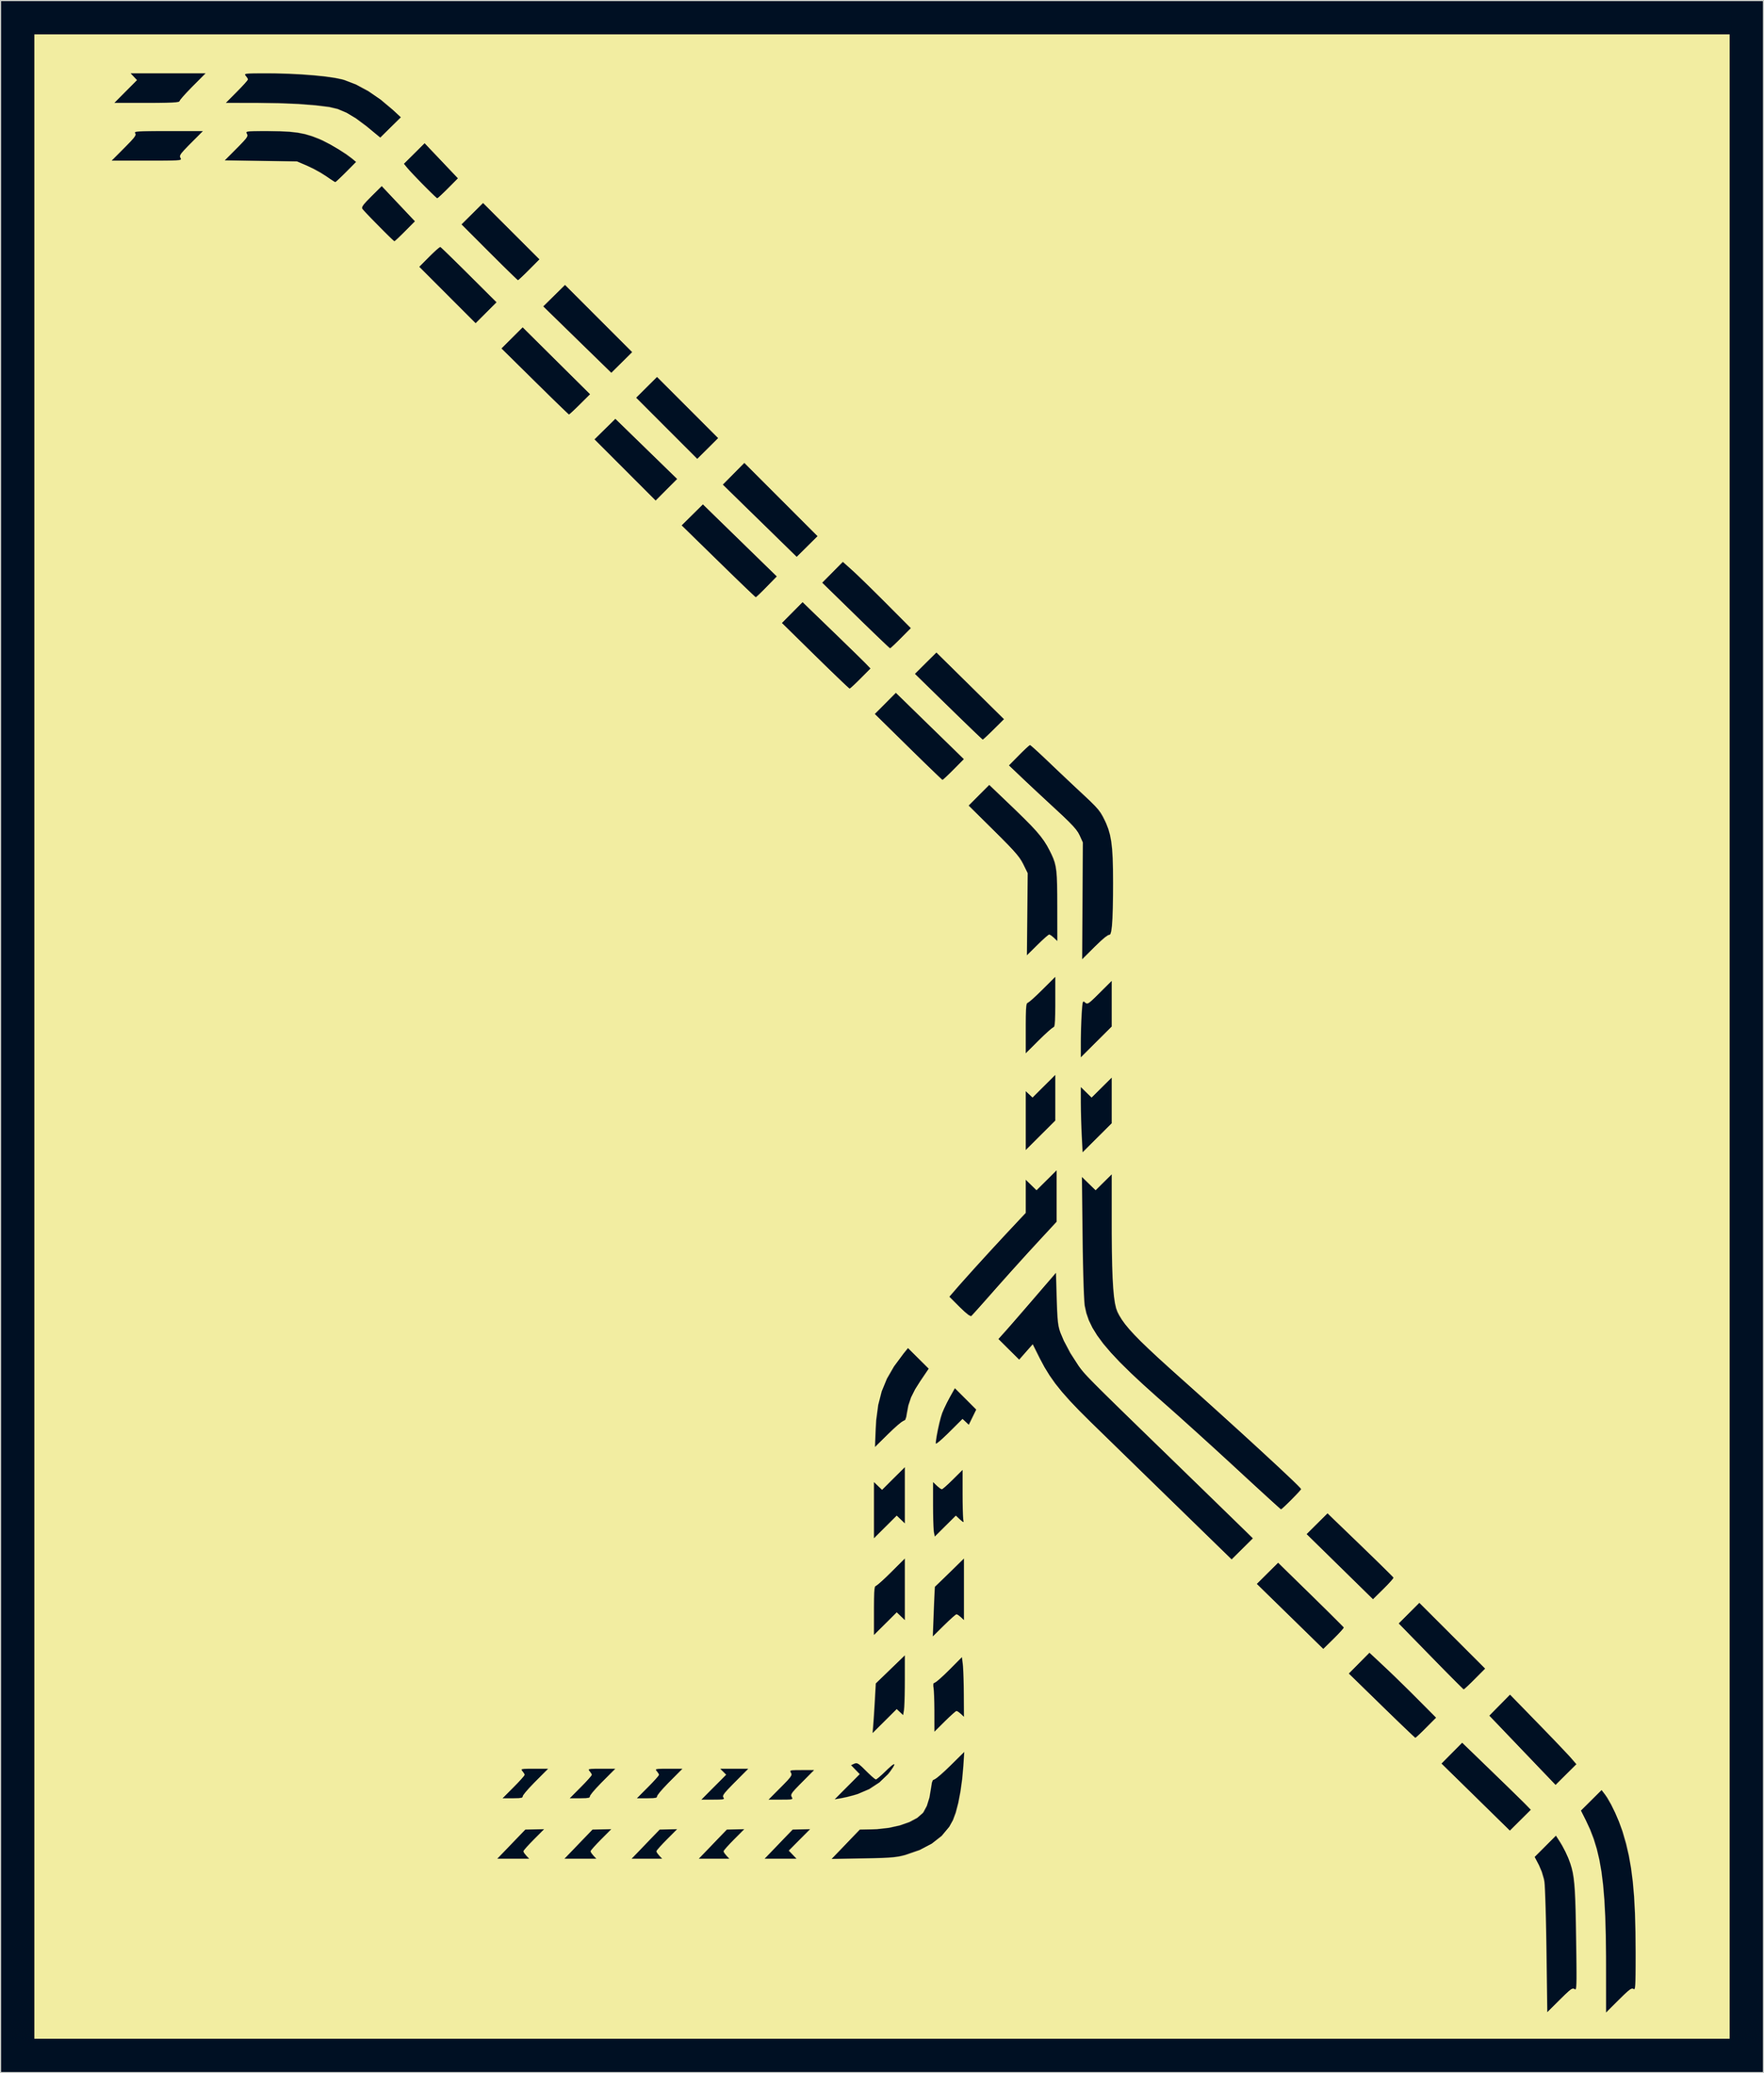
<source format=kicad_pcb>
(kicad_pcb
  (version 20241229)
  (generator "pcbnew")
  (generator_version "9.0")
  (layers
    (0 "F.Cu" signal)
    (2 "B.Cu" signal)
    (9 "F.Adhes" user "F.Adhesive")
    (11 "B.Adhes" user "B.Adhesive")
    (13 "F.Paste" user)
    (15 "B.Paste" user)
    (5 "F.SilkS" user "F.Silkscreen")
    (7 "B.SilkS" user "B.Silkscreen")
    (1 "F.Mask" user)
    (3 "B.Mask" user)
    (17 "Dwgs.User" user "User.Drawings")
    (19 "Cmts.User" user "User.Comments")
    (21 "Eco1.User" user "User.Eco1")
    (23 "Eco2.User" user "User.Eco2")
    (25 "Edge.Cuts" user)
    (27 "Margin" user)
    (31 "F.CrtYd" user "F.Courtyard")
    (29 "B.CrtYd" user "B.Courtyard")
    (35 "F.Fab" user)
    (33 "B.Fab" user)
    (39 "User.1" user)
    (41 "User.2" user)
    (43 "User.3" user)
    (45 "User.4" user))
  (footprint "Untitled"
    (layer "F.Cu")
    (at 75.246 88.96)
    (property "Reference" "Untitled" (at 0 0 0) (layer "F.SilkS") (effects (font (size 1.5 1.5) (thickness 0.3))))
    (attr board_only exclude_from_pos_files exclude_from_bom)
    (fp_poly (pts (xy 75.246 0) (xy 75.246 88.96) (xy 0 88.96) (xy -75.246 88.96) (xy -75.246 72.998) (xy -4.472 72.998) (xy -1.669 72.951) (xy -0.732 72.932) (xy 0.008 72.91) (xy 0.588 72.882) (xy 1.048 72.843) (xy 1.201 72.822) (xy 57.936 72.822) (xy 58.315 73.544) (xy 58.57 74.139) (xy 58.758 74.779) (xy 58.804 75.024) (xy 58.828 75.301) (xy 58.854 75.789) (xy 58.881 76.457) (xy 58.907 77.28) (xy 58.932 78.227) (xy 58.955 79.271) (xy 58.975 80.384) (xy 58.987 81.191) (xy 59.059 86.599) (xy 60.169 85.493) (xy 60.627 85.043) (xy 60.95 84.743) (xy 61.169 84.569) (xy 61.318 84.502) (xy 61.425 84.516) (xy 61.482 84.555) (xy 61.533 84.585) (xy 61.574 84.57) (xy 61.605 84.487) (xy 61.628 84.316) (xy 61.643 84.037) (xy 61.651 83.627) (xy 61.651 83.068) (xy 61.646 82.337) (xy 61.635 81.413) (xy 61.619 80.276) (xy 61.615 80.014) (xy 61.593 78.683) (xy 61.569 77.563) (xy 61.54 76.628) (xy 61.502 75.852) (xy 61.454 75.208) (xy 61.393 74.669) (xy 61.317 74.209) (xy 61.221 73.801) (xy 61.105 73.418) (xy 60.964 73.035) (xy 60.9 72.873) (xy 60.668 72.362) (xy 60.387 71.828) (xy 60.218 71.545) (xy 59.825 70.933) (xy 58.881 71.877) (xy 57.936 72.822) (xy 1.201 72.822) (xy 1.429 72.791) (xy 1.77 72.722) (xy 2.063 72.647) (xy 3.341 72.205) (xy 4.419 71.64) (xy 5.296 70.953) (xy 5.969 70.145) (xy 6.297 69.553) (xy 6.547 68.881) (xy 6.773 68.016) (xy 6.967 67.005) (xy 7.12 65.894) (xy 7.221 64.752) (xy 7.235 64.533) (xy 49.667 64.533) (xy 52.702 67.508) (xy 55.736 70.484) (xy 56.665 69.56) (xy 57.525 68.705) (xy 62.046 68.705) (xy 62.483 69.576) (xy 62.856 70.379) (xy 63.178 71.213) (xy 63.451 72.099) (xy 63.679 73.061) (xy 63.865 74.119) (xy 64.012 75.296) (xy 64.123 76.614) (xy 64.201 78.095) (xy 64.25 79.762) (xy 64.271 81.635) (xy 64.273 82.399) (xy 64.275 86.63) (xy 65.401 85.508) (xy 65.866 85.051) (xy 66.197 84.746) (xy 66.423 84.57) (xy 66.575 84.502) (xy 66.681 84.519) (xy 66.713 84.542) (xy 66.767 84.568) (xy 66.81 84.531) (xy 66.842 84.405) (xy 66.866 84.168) (xy 66.882 83.795) (xy 66.892 83.261) (xy 66.897 82.544) (xy 66.899 81.618) (xy 66.899 81.335) (xy 66.884 79.47) (xy 66.84 77.814) (xy 66.762 76.337) (xy 66.647 75.01) (xy 66.492 73.806) (xy 66.295 72.694) (xy 66.051 71.647) (xy 65.757 70.635) (xy 65.704 70.47) (xy 65.421 69.692) (xy 65.084 68.903) (xy 64.724 68.17) (xy 64.374 67.561) (xy 64.18 67.279) (xy 63.878 66.884) (xy 62.962 67.794) (xy 62.046 68.705) (xy 57.525 68.705) (xy 57.595 68.635) (xy 57.149 68.174) (xy 56.95 67.974) (xy 56.605 67.634) (xy 56.141 67.179) (xy 55.583 66.634) (xy 54.956 66.025) (xy 54.288 65.378) (xy 54.102 65.197) (xy 51.501 62.682) (xy 50.584 63.607) (xy 49.667 64.533) (xy 7.235 64.533) (xy 7.301 63.5) (xy 6.063 64.722) (xy 5.611 65.157) (xy 5.205 65.523) (xy 4.882 65.791) (xy 4.676 65.931) (xy 4.634 65.945) (xy 4.514 66.007) (xy 4.43 66.222) (xy 4.365 66.632) (xy 4.362 66.657) (xy 4.211 67.55) (xy 3.981 68.291) (xy 3.684 68.843) (xy 3.618 68.926) (xy 3.124 69.356) (xy 2.434 69.726) (xy 1.586 70.023) (xy 0.616 70.237) (xy -0.437 70.355) (xy -0.919 70.373) (xy -1.968 70.39) (xy -3.22 71.694) (xy -4.472 72.998) (xy -75.246 72.998) (xy -75.246 72.98) (xy -34.153 72.98) (xy -32.737 72.98) (xy -31.321 72.98) (xy -28.19 72.98) (xy -26.774 72.98) (xy -25.358 72.98) (xy -22.228 72.98) (xy -20.872 72.98) (xy -19.515 72.98) (xy -16.265 72.98) (xy -14.909 72.98) (xy -13.553 72.98) (xy -10.422 72.98) (xy -9.005 72.98) (xy -7.587 72.98) (xy -7.932 72.62) (xy -8.277 72.26) (xy -7.331 71.308) (xy -6.385 70.357) (xy -7.158 70.373) (xy -7.93 70.39) (xy -9.176 71.685) (xy -10.422 72.98) (xy -13.553 72.98) (xy -13.812 72.704) (xy -13.994 72.48) (xy -14.071 72.321) (xy -14.071 72.319) (xy -13.992 72.195) (xy -13.777 71.943) (xy -13.461 71.603) (xy -13.15 71.284) (xy -12.229 70.357) (xy -13.001 70.373) (xy -13.773 70.39) (xy -15.019 71.685) (xy -16.265 72.98) (xy -19.515 72.98) (xy -19.775 72.704) (xy -19.956 72.48) (xy -20.034 72.321) (xy -20.034 72.319) (xy -19.954 72.195) (xy -19.739 71.943) (xy -19.423 71.603) (xy -19.112 71.284) (xy -18.191 70.357) (xy -18.963 70.373) (xy -19.736 70.39) (xy -20.982 71.685) (xy -22.228 72.98) (xy -25.358 72.98) (xy -25.618 72.704) (xy -25.799 72.48) (xy -25.877 72.321) (xy -25.877 72.319) (xy -25.798 72.195) (xy -25.582 71.943) (xy -25.266 71.603) (xy -24.956 71.284) (xy -24.034 70.357) (xy -24.866 70.373) (xy -25.698 70.39) (xy -26.944 71.685) (xy -28.19 72.98) (xy -31.321 72.98) (xy -31.58 72.704) (xy -31.762 72.48) (xy -31.839 72.321) (xy -31.839 72.319) (xy -31.76 72.195) (xy -31.545 71.943) (xy -31.229 71.603) (xy -30.918 71.284) (xy -29.997 70.357) (xy -30.829 70.373) (xy -31.661 70.39) (xy -32.907 71.685) (xy -34.153 72.98) (xy -75.246 72.98) (xy -75.246 67.733) (xy -16.034 67.733) (xy -14.979 67.733) (xy -10.072 67.733) (xy -8.97 67.733) (xy -8.456 67.731) (xy -8.142 67.717) (xy -8.09 67.706) (xy -4.201 67.706) (xy -3.561 67.595) (xy -3.09 67.494) (xy -2.535 67.35) (xy -2.146 67.233) (xy -1.137 66.801) (xy -0.226 66.203) (xy 0.531 65.477) (xy 0.729 65.229) (xy 0.997 64.841) (xy 1.104 64.624) (xy 1.055 64.581) (xy 0.856 64.713) (xy 0.513 65.02) (xy 0.391 65.14) (xy 0.028 65.487) (xy -0.278 65.758) (xy -0.486 65.918) (xy -0.543 65.945) (xy -0.675 65.865) (xy -0.928 65.652) (xy -1.256 65.343) (xy -1.421 65.18) (xy -1.788 64.817) (xy -2.037 64.601) (xy -2.212 64.506) (xy -2.357 64.505) (xy -2.464 64.544) (xy -2.749 64.674) (xy -2.363 65.073) (xy -1.976 65.472) (xy -3.089 66.589) (xy -4.201 67.706) (xy -8.09 67.706) (xy -7.988 67.683) (xy -7.956 67.618) (xy -8.007 67.512) (xy -8.017 67.496) (xy -8.064 67.382) (xy -8.044 67.254) (xy -7.935 67.076) (xy -7.712 66.817) (xy -7.354 66.444) (xy -7.096 66.184) (xy -6.027 65.11) (xy -7.129 65.11) (xy -7.643 65.112) (xy -7.957 65.126) (xy -8.111 65.16) (xy -8.143 65.226) (xy -8.092 65.331) (xy -8.082 65.348) (xy -8.035 65.461) (xy -8.054 65.589) (xy -8.164 65.767) (xy -8.386 66.026) (xy -8.745 66.399) (xy -9.002 66.659) (xy -10.072 67.733) (xy -14.979 67.733) (xy -14.479 67.729) (xy -14.18 67.712) (xy -14.045 67.673) (xy -14.036 67.606) (xy -14.077 67.547) (xy -14.119 67.452) (xy -14.084 67.322) (xy -13.951 67.128) (xy -13.698 66.841) (xy -13.305 66.433) (xy -13.051 66.176) (xy -11.87 64.991) (xy -13.116 64.991) (xy -14.363 64.991) (xy -14.097 65.256) (xy -13.832 65.522) (xy -14.933 66.628) (xy -16.034 67.733) (xy -75.246 67.733) (xy -75.246 67.614) (xy -33.683 67.614) (xy -32.754 67.614) (xy -27.72 67.614) (xy -26.792 67.614) (xy -21.758 67.614) (xy -20.829 67.614) (xy -20.328 67.602) (xy -20.049 67.563) (xy -19.976 67.495) (xy -19.982 67.482) (xy -19.933 67.351) (xy -19.734 67.087) (xy -19.412 66.718) (xy -18.991 66.274) (xy -18.888 66.17) (xy -17.713 64.991) (xy -18.951 64.991) (xy -19.502 64.993) (xy -19.85 65.004) (xy -20.03 65.032) (xy -20.078 65.083) (xy -20.03 65.166) (xy -19.993 65.209) (xy -19.84 65.417) (xy -19.795 65.534) (xy -19.875 65.656) (xy -20.091 65.908) (xy -20.41 66.252) (xy -20.776 66.628) (xy -21.758 67.614) (xy -26.792 67.614) (xy -26.29 67.602) (xy -26.011 67.563) (xy -25.938 67.495) (xy -25.944 67.482) (xy -25.895 67.351) (xy -25.697 67.087) (xy -25.375 66.718) (xy -24.953 66.274) (xy -24.851 66.17) (xy -23.675 64.991) (xy -24.914 64.991) (xy -25.465 64.993) (xy -25.812 65.004) (xy -25.992 65.032) (xy -26.041 65.083) (xy -25.992 65.166) (xy -25.955 65.209) (xy -25.803 65.417) (xy -25.758 65.534) (xy -25.837 65.656) (xy -26.054 65.908) (xy -26.373 66.252) (xy -26.739 66.628) (xy -27.72 67.614) (xy -32.754 67.614) (xy -32.253 67.602) (xy -31.974 67.563) (xy -31.901 67.495) (xy -31.907 67.482) (xy -31.858 67.351) (xy -31.659 67.087) (xy -31.337 66.718) (xy -30.916 66.274) (xy -30.813 66.17) (xy -29.638 64.991) (xy -30.876 64.991) (xy -31.427 64.993) (xy -31.775 65.004) (xy -31.955 65.032) (xy -32.003 65.083) (xy -31.955 65.166) (xy -31.918 65.209) (xy -31.765 65.417) (xy -31.72 65.534) (xy -31.8 65.656) (xy -32.016 65.908) (xy -32.335 66.252) (xy -32.701 66.628) (xy -33.683 67.614) (xy -75.246 67.614) (xy -75.246 61.828) (xy -0.837 61.828) (xy 0.234 60.762) (xy 1.305 59.696) (xy 1.59 59.964) (xy 1.875 60.231) (xy 1.95 59.779) (xy 1.974 59.514) (xy 1.995 59.06) (xy 2.012 58.462) (xy 2.022 57.771) (xy 2.023 57.635) (xy 4.551 57.635) (xy 4.574 57.806) (xy 4.601 58.087) (xy 4.624 58.55) (xy 4.64 59.135) (xy 4.649 59.786) (xy 4.649 59.979) (xy 4.651 61.706) (xy 5.578 60.784) (xy 5.962 60.411) (xy 6.29 60.111) (xy 6.522 59.917) (xy 6.613 59.863) (xy 6.769 59.937) (xy 6.993 60.117) (xy 6.998 60.122) (xy 7.274 60.381) (xy 7.262 58.363) (xy 7.254 57.639) (xy 7.237 56.949) (xy 7.223 56.542) (xy 41.439 56.542) (xy 44.361 59.392) (xy 45.05 60.063) (xy 45.685 60.678) (xy 46.246 61.217) (xy 46.712 61.663) (xy 47.064 61.995) (xy 47.281 62.194) (xy 47.345 62.245) (xy 47.449 62.167) (xy 47.683 61.953) (xy 48.009 61.639) (xy 48.296 61.353) (xy 49.186 60.458) (xy 49.009 60.28) (xy 53.912 60.28) (xy 56.852 63.354) (xy 59.792 66.427) (xy 60.716 65.509) (xy 61.639 64.591) (xy 61.171 64.046) (xy 60.967 63.82) (xy 60.622 63.451) (xy 60.163 62.966) (xy 59.614 62.392) (xy 59.003 61.758) (xy 58.354 61.089) (xy 58.226 60.957) (xy 55.749 58.414) (xy 54.83 59.347) (xy 53.912 60.28) (xy 49.009 60.28) (xy 47.518 58.781) (xy 46.89 58.154) (xy 46.21 57.485) (xy 45.537 56.829) (xy 44.928 56.245) (xy 44.561 55.899) (xy 43.271 54.694) (xy 42.355 55.618) (xy 41.439 56.542) (xy 7.223 56.542) (xy 7.215 56.349) (xy 7.19 55.896) (xy 7.173 55.715) (xy 7.095 55.086) (xy 5.965 56.222) (xy 5.536 56.642) (xy 5.155 56.991) (xy 4.86 57.239) (xy 4.686 57.354) (xy 4.667 57.359) (xy 4.563 57.42) (xy 4.551 57.635) (xy 2.023 57.635) (xy 2.026 57.126) (xy 2.027 54.926) (xy 0.739 56.172) (xy -0.55 57.418) (xy -0.634 58.909) (xy -0.672 59.563) (xy -0.713 60.207) (xy -0.751 60.761) (xy -0.777 61.114) (xy -0.837 61.828) (xy -75.246 61.828) (xy -75.246 53.245) (xy 4.51 53.245) (xy 5.507 52.261) (xy 5.907 51.875) (xy 6.25 51.56) (xy 6.498 51.35) (xy 6.613 51.277) (xy 6.769 51.352) (xy 6.993 51.531) (xy 6.998 51.536) (xy 7.274 51.796) (xy 7.274 49.064) (xy 7.274 48.586) (xy 33.272 48.586) (xy 36.223 51.471) (xy 39.173 54.356) (xy 40.098 53.445) (xy 40.47 53.069) (xy 40.764 52.754) (xy 40.948 52.536) (xy 40.992 52.456) (xy 40.903 52.357) (xy 40.663 52.112) (xy 40.647 52.096) (xy 45.869 52.096) (xy 48.722 55.018) (xy 49.395 55.706) (xy 50.015 56.337) (xy 50.563 56.891) (xy 51.019 57.348) (xy 51.363 57.689) (xy 51.575 57.895) (xy 51.638 57.948) (xy 51.742 57.871) (xy 51.976 57.659) (xy 52.303 57.344) (xy 52.62 57.029) (xy 53.541 56.103) (xy 50.62 53.184) (xy 47.7 50.265) (xy 46.784 51.181) (xy 45.869 52.096) (xy 40.647 52.096) (xy 40.291 51.739) (xy 39.809 51.26) (xy 39.235 50.693) (xy 38.59 50.059) (xy 38.063 49.542) (xy 35.164 46.706) (xy 34.218 47.646) (xy 33.272 48.586) (xy 7.274 48.586) (xy 7.274 46.332) (xy 5.996 47.582) (xy 5.55 48.018) (xy 5.168 48.387) (xy 4.882 48.662) (xy 4.722 48.813) (xy 4.698 48.832) (xy 4.687 48.945) (xy 4.669 49.26) (xy 4.647 49.738) (xy 4.621 50.344) (xy 4.593 51.038) (xy 4.51 53.245) (xy -75.246 53.245) (xy -75.246 50.946) (xy -0.715 50.946) (xy -0.715 53.12) (xy 0.296 52.114) (xy 1.307 51.108) (xy 1.667 51.453) (xy 2.027 51.799) (xy 2.027 49.066) (xy 2.027 46.332) (xy 0.803 47.553) (xy 0.358 47.987) (xy -0.036 48.353) (xy -0.345 48.621) (xy -0.534 48.76) (xy -0.568 48.773) (xy -0.624 48.833) (xy -0.664 49.031) (xy -0.692 49.39) (xy -0.708 49.933) (xy -0.715 50.684) (xy -0.715 50.946) (xy -75.246 50.946) (xy -75.246 39.546) (xy -0.715 39.546) (xy -0.715 42.04) (xy -0.715 44.534) (xy 0.296 43.528) (xy 1.307 42.522) (xy 1.667 42.868) (xy 2.027 43.213) (xy 2.027 40.719) (xy 2.027 39.546) (xy 4.531 39.546) (xy 4.531 41.581) (xy 4.536 42.283) (xy 4.548 42.928) (xy 4.567 43.466) (xy 4.59 43.849) (xy 4.608 43.998) (xy 4.685 44.381) (xy 5.619 43.452) (xy 6.554 42.523) (xy 6.932 42.875) (xy 7.161 43.069) (xy 7.247 43.087) (xy 7.233 43.009) (xy 7.208 42.823) (xy 7.186 42.442) (xy 7.169 41.907) (xy 7.158 41.262) (xy 7.155 40.627) (xy 7.155 38.464) (xy 6.288 39.325) (xy 5.915 39.685) (xy 5.6 39.971) (xy 5.382 40.148) (xy 5.31 40.187) (xy 5.16 40.111) (xy 4.927 39.923) (xy 4.866 39.866) (xy 4.531 39.546) (xy 2.027 39.546) (xy 2.027 38.225) (xy 1.016 39.23) (xy 0.005 40.236) (xy -0.355 39.891) (xy -0.715 39.546) (xy -75.246 39.546) (xy -75.246 36.431) (xy -0.622 36.431) (xy -0.318 36.13) (xy 4.77 36.13) (xy 4.848 36.115) (xy 5.063 35.954) (xy 5.385 35.672) (xy 5.786 35.293) (xy 5.959 35.122) (xy 7.148 33.938) (xy 7.426 34.199) (xy 7.703 34.459) (xy 8.034 33.785) (xy 8.365 33.111) (xy 7.416 32.162) (xy 6.468 31.214) (xy 6.022 32.01) (xy 5.761 32.505) (xy 5.513 33.022) (xy 5.341 33.426) (xy 5.22 33.81) (xy 5.087 34.326) (xy 4.96 34.899) (xy 4.854 35.451) (xy 4.786 35.905) (xy 4.77 36.13) (xy -0.318 36.13) (xy 0.556 35.268) (xy 0.998 34.845) (xy 1.393 34.49) (xy 1.704 34.236) (xy 1.897 34.112) (xy 1.925 34.105) (xy 2.06 34.027) (xy 2.152 33.768) (xy 2.193 33.523) (xy 2.34 32.743) (xy 2.579 32.03) (xy 2.942 31.305) (xy 3.391 30.594) (xy 4.146 29.481) (xy 3.226 28.566) (xy 2.306 27.652) (xy 1.89 28.166) (xy 1.068 29.278) (xy 0.436 30.369) (xy -0.025 31.491) (xy -0.334 32.696) (xy -0.512 34.036) (xy -0.559 34.821) (xy -0.622 36.431) (xy -75.246 36.431) (xy -75.246 26.848) (xy 10.334 26.848) (xy 11.255 27.764) (xy 12.177 28.679) (xy 12.778 27.995) (xy 13.379 27.311) (xy 14.021 28.592) (xy 14.429 29.356) (xy 14.874 30.081) (xy 15.38 30.798) (xy 15.974 31.539) (xy 16.678 32.335) (xy 17.52 33.216) (xy 18.523 34.214) (xy 18.541 34.232) (xy 19.061 34.74) (xy 19.727 35.389) (xy 20.513 36.156) (xy 21.396 37.016) (xy 22.35 37.946) (xy 23.349 38.921) (xy 24.371 39.916) (xy 25.388 40.907) (xy 25.923 41.428) (xy 31.037 46.41) (xy 31.98 45.475) (xy 32.922 44.539) (xy 32.54 44.166) (xy 37.693 44.166) (xy 40.639 47.055) (xy 43.585 49.945) (xy 44.51 49.033) (xy 44.882 48.656) (xy 45.177 48.337) (xy 45.361 48.115) (xy 45.405 48.031) (xy 45.315 47.93) (xy 45.072 47.683) (xy 44.698 47.311) (xy 44.213 46.833) (xy 43.635 46.269) (xy 42.985 45.638) (xy 42.461 45.131) (xy 39.548 42.322) (xy 38.621 43.244) (xy 37.693 44.166) (xy 32.54 44.166) (xy 31.457 43.108) (xy 31.076 42.737) (xy 30.548 42.223) (xy 29.896 41.588) (xy 29.143 40.856) (xy 28.314 40.049) (xy 27.431 39.191) (xy 26.519 38.304) (xy 25.6 37.411) (xy 25.519 37.332) (xy 24.213 36.063) (xy 23.067 34.949) (xy 22.069 33.978) (xy 21.208 33.138) (xy 20.473 32.418) (xy 19.851 31.807) (xy 19.332 31.293) (xy 18.904 30.865) (xy 18.556 30.51) (xy 18.276 30.219) (xy 18.053 29.979) (xy 17.875 29.778) (xy 17.732 29.605) (xy 17.611 29.45) (xy 17.501 29.299) (xy 17.442 29.216) (xy 16.718 28.093) (xy 16.141 27.003) (xy 15.839 26.287) (xy 15.744 26) (xy 15.672 25.697) (xy 15.618 25.335) (xy 15.577 24.871) (xy 15.544 24.262) (xy 15.516 23.466) (xy 15.51 23.274) (xy 15.443 20.968) (xy 13.51 23.214) (xy 12.936 23.88) (xy 12.376 24.527) (xy 11.861 25.121) (xy 11.422 25.625) (xy 11.089 26.004) (xy 10.956 26.154) (xy 10.334 26.848) (xy -75.246 26.848) (xy -75.246 23.093) (xy 5.979 23.093) (xy 6.889 24.003) (xy 7.339 24.432) (xy 7.674 24.707) (xy 7.879 24.816) (xy 7.924 24.809) (xy 8.035 24.693) (xy 8.28 24.424) (xy 8.636 24.028) (xy 9.079 23.53) (xy 9.586 22.957) (xy 9.957 22.536) (xy 10.638 21.768) (xy 11.404 20.911) (xy 12.197 20.031) (xy 12.958 19.193) (xy 13.627 18.463) (xy 13.684 18.402) (xy 15.502 16.435) (xy 15.502 14.153) (xy 15.502 12.462) (xy 17.746 12.462) (xy 17.805 17.768) (xy 17.821 18.992) (xy 17.842 20.139) (xy 17.867 21.185) (xy 17.895 22.102) (xy 17.925 22.867) (xy 17.956 23.452) (xy 17.988 23.833) (xy 17.998 23.906) (xy 18.139 24.547) (xy 18.362 25.189) (xy 18.679 25.845) (xy 19.101 26.531) (xy 19.642 27.262) (xy 20.312 28.051) (xy 21.125 28.915) (xy 22.092 29.868) (xy 23.225 30.925) (xy 24.536 32.101) (xy 24.983 32.494) (xy 25.67 33.1) (xy 26.494 33.836) (xy 27.417 34.666) (xy 28.402 35.557) (xy 29.412 36.475) (xy 30.409 37.387) (xy 31.355 38.257) (xy 31.482 38.374) (xy 32.289 39.12) (xy 33.042 39.813) (xy 33.723 40.437) (xy 34.313 40.977) (xy 34.796 41.416) (xy 35.153 41.737) (xy 35.366 41.924) (xy 35.42 41.967) (xy 35.525 41.891) (xy 35.758 41.68) (xy 36.081 41.369) (xy 36.344 41.108) (xy 36.703 40.74) (xy 36.989 40.435) (xy 37.166 40.232) (xy 37.206 40.171) (xy 37.119 40.06) (xy 36.868 39.802) (xy 36.467 39.411) (xy 35.929 38.899) (xy 35.269 38.279) (xy 34.499 37.564) (xy 33.634 36.766) (xy 32.688 35.897) (xy 31.674 34.971) (xy 30.605 34.001) (xy 29.497 32.998) (xy 28.362 31.976) (xy 27.214 30.947) (xy 26.592 30.392) (xy 25.452 29.369) (xy 24.479 28.483) (xy 23.658 27.717) (xy 22.973 27.056) (xy 22.41 26.483) (xy 21.952 25.981) (xy 21.584 25.535) (xy 21.291 25.129) (xy 21.056 24.746) (xy 20.897 24.437) (xy 20.777 24.108) (xy 20.675 23.657) (xy 20.59 23.068) (xy 20.522 22.326) (xy 20.469 21.415) (xy 20.431 20.321) (xy 20.406 19.028) (xy 20.393 17.521) (xy 20.392 16.543) (xy 20.392 12.23) (xy 19.676 12.938) (xy 18.961 13.646) (xy 18.354 13.054) (xy 17.746 12.462) (xy 15.502 12.462) (xy 15.502 11.871) (xy 14.609 12.758) (xy 13.716 13.645) (xy 13.238 13.178) (xy 12.76 12.711) (xy 12.76 14.182) (xy 12.76 15.653) (xy 11.404 17.098) (xy 10.662 17.895) (xy 9.875 18.746) (xy 9.081 19.612) (xy 8.315 20.454) (xy 7.614 21.232) (xy 7.014 21.905) (xy 6.656 22.313) (xy 5.979 23.093) (xy -75.246 23.093) (xy -75.246 4.848) (xy 12.76 4.848) (xy 12.76 7.46) (xy 12.76 10.072) (xy 14.071 8.765) (xy 15.383 7.457) (xy 15.383 5.43) (xy 15.383 4.483) (xy 17.649 4.483) (xy 17.649 5.849) (xy 17.657 6.553) (xy 17.676 7.377) (xy 17.704 8.205) (xy 17.728 8.744) (xy 17.806 10.273) (xy 19.099 8.984) (xy 20.392 7.696) (xy 20.392 5.669) (xy 20.392 3.643) (xy 19.499 4.53) (xy 18.605 5.417) (xy 18.127 4.95) (xy 17.649 4.483) (xy 15.383 4.483) (xy 15.383 3.404) (xy 14.373 4.409) (xy 13.362 5.414) (xy 13.061 5.131) (xy 12.76 4.848) (xy -75.246 4.848) (xy -75.246 1.844) (xy 17.649 1.844) (xy 19.02 0.477) (xy 20.392 -0.89) (xy 20.392 -2.917) (xy 20.392 -4.944) (xy 19.323 -3.88) (xy 18.88 -3.443) (xy 18.572 -3.153) (xy 18.364 -2.989) (xy 18.225 -2.929) (xy 18.121 -2.95) (xy 18.029 -3.02) (xy 17.926 -3.103) (xy 17.856 -3.1) (xy 17.809 -2.978) (xy 17.774 -2.699) (xy 17.738 -2.228) (xy 17.727 -2.059) (xy 17.694 -1.418) (xy 17.667 -0.657) (xy 17.652 0.103) (xy 17.649 0.475) (xy 17.649 1.844) (xy -75.246 1.844) (xy -75.246 0) (xy -75.246 -0.748) (xy 12.76 -0.748) (xy 12.76 1.486) (xy 13.924 0.326) (xy 14.359 -0.097) (xy 14.742 -0.451) (xy 15.039 -0.705) (xy 15.214 -0.828) (xy 15.236 -0.835) (xy 15.291 -0.895) (xy 15.331 -1.092) (xy 15.359 -1.448) (xy 15.375 -1.988) (xy 15.383 -2.733) (xy 15.383 -3.068) (xy 15.383 -5.302) (xy 14.218 -4.142) (xy 13.784 -3.719) (xy 13.401 -3.365) (xy 13.104 -3.111) (xy 12.929 -2.988) (xy 12.907 -2.981) (xy 12.852 -2.921) (xy 12.812 -2.724) (xy 12.784 -2.368) (xy 12.767 -1.828) (xy 12.76 -1.082) (xy 12.76 -0.748) (xy -75.246 -0.748) (xy -75.246 -20.504) (xy 7.692 -20.504) (xy 9.923 -18.295) (xy 10.632 -17.589) (xy 11.192 -17.019) (xy 11.623 -16.562) (xy 11.95 -16.189) (xy 12.195 -15.876) (xy 12.381 -15.595) (xy 12.531 -15.322) (xy 12.544 -15.295) (xy 12.933 -14.504) (xy 12.899 -10.859) (xy 12.864 -7.215) (xy 13.798 -8.139) (xy 14.185 -8.512) (xy 14.515 -8.813) (xy 14.749 -9.007) (xy 14.843 -9.063) (xy 14.995 -8.987) (xy 15.224 -8.802) (xy 15.257 -8.772) (xy 15.562 -8.48) (xy 15.558 -11.604) (xy 15.554 -12.636) (xy 15.543 -13.465) (xy 15.52 -14.127) (xy 15.479 -14.657) (xy 15.416 -15.091) (xy 15.327 -15.464) (xy 15.205 -15.812) (xy 15.047 -16.17) (xy 14.881 -16.505) (xy 14.646 -16.943) (xy 14.387 -17.357) (xy 14.079 -17.777) (xy 13.699 -18.23) (xy 13.222 -18.746) (xy 12.624 -19.352) (xy 11.88 -20.078) (xy 11.565 -20.381) (xy 9.52 -22.337) (xy 8.606 -21.421) (xy 7.692 -20.504) (xy -75.246 -20.504) (xy -75.246 -28.633) (xy -0.638 -28.633) (xy 2.335 -25.71) (xy 3.029 -25.029) (xy 3.669 -24.404) (xy 4.236 -23.854) (xy 4.709 -23.397) (xy 5.069 -23.054) (xy 5.295 -22.843) (xy 5.369 -22.782) (xy 5.473 -22.859) (xy 5.707 -23.073) (xy 6.034 -23.388) (xy 6.349 -23.701) (xy 6.714 -24.068) (xy 11.269 -24.068) (xy 12.402 -22.991) (xy 12.857 -22.561) (xy 13.436 -22.018) (xy 14.09 -21.409) (xy 14.766 -20.781) (xy 15.4 -20.195) (xy 16.065 -19.576) (xy 16.573 -19.085) (xy 16.951 -18.694) (xy 17.222 -18.378) (xy 17.412 -18.107) (xy 17.545 -17.856) (xy 17.546 -17.854) (xy 17.828 -17.231) (xy 17.798 -12.046) (xy 17.768 -6.861) (xy 18.89 -7.979) (xy 19.405 -8.474) (xy 19.805 -8.82) (xy 20.075 -9.005) (xy 20.185 -9.031) (xy 20.275 -9.091) (xy 20.35 -9.352) (xy 20.411 -9.821) (xy 20.456 -10.503) (xy 20.487 -11.405) (xy 20.505 -12.534) (xy 20.51 -13.654) (xy 20.502 -14.843) (xy 20.476 -15.828) (xy 20.426 -16.644) (xy 20.348 -17.325) (xy 20.238 -17.907) (xy 20.091 -18.424) (xy 19.903 -18.91) (xy 19.792 -19.151) (xy 19.601 -19.53) (xy 19.412 -19.851) (xy 19.189 -20.154) (xy 18.897 -20.481) (xy 18.503 -20.876) (xy 17.97 -21.379) (xy 17.865 -21.476) (xy 17.249 -22.051) (xy 16.534 -22.723) (xy 15.792 -23.424) (xy 15.095 -24.086) (xy 14.812 -24.357) (xy 14.305 -24.838) (xy 13.855 -25.257) (xy 13.491 -25.587) (xy 13.242 -25.802) (xy 13.138 -25.877) (xy 13.024 -25.797) (xy 12.782 -25.581) (xy 12.452 -25.264) (xy 12.16 -24.973) (xy 11.269 -24.068) (xy 6.714 -24.068) (xy 7.267 -24.625) (xy 4.248 -27.568) (xy 1.23 -30.511) (xy 0.296 -29.572) (xy -0.638 -28.633) (xy -75.246 -28.633) (xy -75.246 -36.711) (xy -8.884 -36.711) (xy -5.919 -33.798) (xy -5.224 -33.118) (xy -4.583 -32.495) (xy -4.015 -31.946) (xy -3.541 -31.493) (xy -3.179 -31.152) (xy -2.95 -30.944) (xy -2.875 -30.885) (xy -2.763 -30.965) (xy -2.524 -31.18) (xy -2.195 -31.495) (xy -1.91 -31.778) (xy -1.495 -32.195) (xy 2.922 -32.195) (xy 5.903 -29.281) (xy 6.599 -28.602) (xy 7.241 -27.978) (xy 7.808 -27.43) (xy 8.282 -26.975) (xy 8.642 -26.632) (xy 8.868 -26.422) (xy 8.941 -26.36) (xy 9.043 -26.437) (xy 9.277 -26.648) (xy 9.604 -26.96) (xy 9.913 -27.263) (xy 10.828 -28.173) (xy 7.829 -31.132) (xy 4.83 -34.09) (xy 3.876 -33.143) (xy 2.922 -32.195) (xy -1.495 -32.195) (xy -1.023 -32.671) (xy -1.436 -33.101) (xy -1.626 -33.292) (xy -1.962 -33.624) (xy -2.419 -34.072) (xy -2.971 -34.61) (xy -3.592 -35.215) (xy -4.258 -35.86) (xy -4.45 -36.045) (xy -7.051 -38.56) (xy -7.967 -37.635) (xy -8.884 -36.711) (xy -75.246 -36.711) (xy -75.246 -45.374) (xy -17.785 -45.374) (xy -14.527 -42.189) (xy -13.798 -41.477) (xy -13.123 -40.821) (xy -12.52 -40.238) (xy -12.009 -39.747) (xy -11.608 -39.365) (xy -11.336 -39.11) (xy -11.212 -39.001) (xy -11.207 -38.999) (xy -11.103 -39.077) (xy -10.871 -39.292) (xy -10.547 -39.61) (xy -10.242 -39.919) (xy -9.883 -40.286) (xy -5.307 -40.286) (xy -2.327 -37.375) (xy -1.631 -36.696) (xy -0.988 -36.073) (xy -0.42 -35.526) (xy 0.054 -35.072) (xy 0.415 -34.731) (xy 0.643 -34.523) (xy 0.717 -34.463) (xy 0.822 -34.542) (xy 1.057 -34.757) (xy 1.383 -35.072) (xy 1.67 -35.358) (xy 2.56 -36.253) (xy 0.356 -38.467) (xy -0.289 -39.11) (xy -0.926 -39.74) (xy -1.522 -40.324) (xy -2.043 -40.827) (xy -2.455 -41.217) (xy -2.662 -41.407) (xy -3.476 -42.135) (xy -4.391 -41.211) (xy -5.307 -40.286) (xy -9.883 -40.286) (xy -9.34 -40.843) (xy -12.62 -44.04) (xy -15.899 -47.238) (xy -16.842 -46.306) (xy -17.785 -45.374) (xy -75.246 -45.374) (xy -75.246 -53.01) (xy -25.521 -53.01) (xy -22.808 -50.295) (xy -20.095 -47.58) (xy -19.14 -48.537) (xy -18.686 -48.992) (xy -14.131 -48.992) (xy -10.852 -45.787) (xy -7.572 -42.582) (xy -6.647 -43.499) (xy -5.722 -44.417) (xy -8.972 -47.668) (xy -12.221 -50.919) (xy -13.176 -49.956) (xy -14.131 -48.992) (xy -18.686 -48.992) (xy -18.185 -49.493) (xy -20.928 -52.163) (xy -23.671 -54.833) (xy -24.596 -53.922) (xy -25.521 -53.01) (xy -75.246 -53.01) (xy -75.246 -61.08) (xy -33.78 -61.08) (xy -30.813 -58.151) (xy -30.119 -57.468) (xy -29.481 -56.842) (xy -28.916 -56.291) (xy -28.444 -55.833) (xy -28.086 -55.49) (xy -27.86 -55.278) (xy -27.788 -55.217) (xy -27.685 -55.294) (xy -27.452 -55.506) (xy -27.125 -55.818) (xy -26.823 -56.114) (xy -26.227 -56.707) (xy -21.824 -56.707) (xy -19.112 -53.993) (xy -16.4 -51.279) (xy -15.473 -52.2) (xy -14.547 -53.122) (xy -17.259 -55.836) (xy -19.971 -58.55) (xy -20.897 -57.628) (xy -21.824 -56.707) (xy -26.227 -56.707) (xy -25.916 -57.016) (xy -28.908 -59.985) (xy -31.899 -62.955) (xy -32.84 -62.017) (xy -33.78 -61.08) (xy -75.246 -61.08) (xy -75.246 -68.328) (xy -41.077 -68.328) (xy -38.576 -65.824) (xy -36.075 -63.321) (xy -35.147 -64.249) (xy -34.584 -64.812) (xy -30.071 -64.812) (xy -27.05 -61.865) (xy -24.029 -58.918) (xy -23.103 -59.836) (xy -22.178 -60.754) (xy -25.159 -63.735) (xy -28.14 -66.717) (xy -29.106 -65.764) (xy -30.071 -64.812) (xy -34.584 -64.812) (xy -34.219 -65.177) (xy -36.669 -67.618) (xy -37.298 -68.242) (xy -37.873 -68.809) (xy -38.372 -69.298) (xy -38.774 -69.688) (xy -39.057 -69.956) (xy -39.198 -70.082) (xy -39.209 -70.089) (xy -39.324 -70.022) (xy -39.566 -69.818) (xy -39.897 -69.51) (xy -40.187 -69.224) (xy -41.077 -68.328) (xy -75.246 -68.328) (xy -75.246 -73.53) (xy -46.154 -73.53) (xy -46.123 -73.464) (xy -45.983 -73.302) (xy -45.721 -73.022) (xy -45.372 -72.657) (xy -44.967 -72.242) (xy -44.543 -71.811) (xy -44.132 -71.399) (xy -43.768 -71.039) (xy -43.485 -70.767) (xy -43.316 -70.615) (xy -43.286 -70.595) (xy -43.181 -70.675) (xy -42.946 -70.889) (xy -42.621 -71.203) (xy -42.342 -71.481) (xy -41.737 -72.09) (xy -37.327 -72.09) (xy -34.852 -69.613) (xy -34.223 -68.986) (xy -33.649 -68.417) (xy -33.15 -67.927) (xy -32.749 -67.538) (xy -32.468 -67.27) (xy -32.326 -67.144) (xy -32.315 -67.137) (xy -32.21 -67.217) (xy -31.975 -67.432) (xy -31.647 -67.748) (xy -31.331 -68.063) (xy -30.41 -68.989) (xy -32.913 -71.49) (xy -35.415 -73.99) (xy -36.371 -73.04) (xy -37.327 -72.09) (xy -41.737 -72.09) (xy -41.463 -72.366) (xy -42.937 -73.927) (xy -44.41 -75.489) (xy -45.335 -74.57) (xy -45.747 -74.151) (xy -46.006 -73.859) (xy -46.134 -73.663) (xy -46.154 -73.53) (xy -75.246 -73.53) (xy -75.246 -77.75) (xy -68.384 -77.75) (xy -65.256 -77.75) (xy -64.313 -77.751) (xy -63.583 -77.753) (xy -63.04 -77.76) (xy -62.662 -77.773) (xy -58.344 -77.773) (xy -55.139 -77.728) (xy -51.933 -77.682) (xy -51.022 -77.293) (xy -50.457 -77.024) (xy -49.856 -76.693) (xy -49.352 -76.374) (xy -48.986 -76.123) (xy -48.698 -75.936) (xy -48.543 -75.847) (xy -48.531 -75.844) (xy -48.427 -75.922) (xy -48.193 -76.137) (xy -47.867 -76.451) (xy -47.578 -76.739) (xy -46.851 -77.471) (xy -42.439 -77.471) (xy -42.139 -77.104) (xy -41.928 -76.863) (xy -41.615 -76.526) (xy -41.235 -76.128) (xy -40.822 -75.703) (xy -40.411 -75.288) (xy -40.036 -74.917) (xy -39.733 -74.626) (xy -39.535 -74.448) (xy -39.48 -74.411) (xy -39.37 -74.491) (xy -39.133 -74.705) (xy -38.805 -75.02) (xy -38.527 -75.296) (xy -37.647 -76.181) (xy -39.125 -77.739) (xy -40.603 -79.296) (xy -41.521 -78.383) (xy -42.439 -77.471) (xy -46.851 -77.471) (xy -46.688 -77.635) (xy -47.044 -77.932) (xy -47.568 -78.322) (xy -48.23 -78.75) (xy -48.945 -79.167) (xy -49.63 -79.523) (xy -49.969 -79.676) (xy -50.606 -79.922) (xy -51.22 -80.105) (xy -51.863 -80.233) (xy -52.587 -80.315) (xy -53.446 -80.358) (xy -54.468 -80.372) (xy -55.211 -80.372) (xy -55.747 -80.367) (xy -56.106 -80.354) (xy -56.318 -80.329) (xy -56.414 -80.289) (xy -56.426 -80.228) (xy -56.383 -80.145) (xy -56.378 -80.136) (xy -56.33 -80.022) (xy -56.35 -79.893) (xy -56.46 -79.715) (xy -56.684 -79.456) (xy -57.044 -79.08) (xy -57.287 -78.836) (xy -58.344 -77.773) (xy -62.662 -77.773) (xy -62.66 -77.774) (xy -62.415 -77.795) (xy -62.281 -77.827) (xy -62.232 -77.872) (xy -62.242 -77.931) (xy -62.275 -77.988) (xy -62.322 -78.101) (xy -62.302 -78.23) (xy -62.193 -78.407) (xy -61.97 -78.666) (xy -61.612 -79.04) (xy -61.354 -79.3) (xy -60.285 -80.374) (xy -63.368 -80.374) (xy -64.306 -80.373) (xy -65.031 -80.368) (xy -65.567 -80.359) (xy -65.939 -80.343) (xy -66.173 -80.319) (xy -66.293 -80.285) (xy -66.324 -80.24) (xy -66.297 -80.188) (xy -66.254 -80.091) (xy -66.29 -79.959) (xy -66.425 -79.762) (xy -66.682 -79.472) (xy -67.083 -79.058) (xy -67.263 -78.876) (xy -68.384 -77.75) (xy -75.246 -77.75) (xy -75.246 -82.878) (xy -68.145 -82.878) (xy -65.256 -82.878) (xy -58.248 -82.878) (xy -55.508 -82.877) (xy -53.549 -82.852) (xy -51.81 -82.781) (xy -50.278 -82.661) (xy -49.08 -82.514) (xy -48.312 -82.332) (xy -47.527 -81.999) (xy -46.693 -81.5) (xy -45.776 -80.815) (xy -45.613 -80.682) (xy -44.539 -79.797) (xy -43.626 -80.698) (xy -42.713 -81.599) (xy -43.433 -82.266) (xy -44.5 -83.163) (xy -45.601 -83.919) (xy -46.696 -84.51) (xy -47.744 -84.911) (xy -47.934 -84.964) (xy -48.575 -85.096) (xy -49.41 -85.215) (xy -50.395 -85.318) (xy -51.487 -85.401) (xy -52.642 -85.461) (xy -53.815 -85.494) (xy -54.426 -85.499) (xy -55.208 -85.499) (xy -55.781 -85.495) (xy -56.173 -85.483) (xy -56.413 -85.462) (xy -56.528 -85.427) (xy -56.549 -85.377) (xy -56.503 -85.307) (xy -56.483 -85.283) (xy -56.33 -85.075) (xy -56.285 -84.958) (xy -56.365 -84.836) (xy -56.581 -84.584) (xy -56.901 -84.24) (xy -57.267 -83.864) (xy -58.248 -82.878) (xy -65.256 -82.878) (xy -64.304 -82.881) (xy -63.568 -82.89) (xy -63.028 -82.907) (xy -62.663 -82.933) (xy -62.45 -82.968) (xy -62.369 -83.014) (xy -62.367 -83.025) (xy -62.287 -83.159) (xy -62.067 -83.424) (xy -61.738 -83.786) (xy -61.332 -84.21) (xy -61.207 -84.337) (xy -60.046 -85.501) (xy -63.374 -85.501) (xy -66.702 -85.501) (xy -66.418 -85.2) (xy -66.135 -84.899) (xy -67.14 -83.888) (xy -68.145 -82.878) (xy -75.246 -82.878) (xy -75.246 -88.96) (xy 0 -88.96) (xy 75.246 -88.96)) (stroke (width 0) (type solid)) (fill yes) (layer "F.SilkS")))
  (gr_rect
    (start -3 -3)
    (end 153.492 180.919)
    (stroke (width 0.1) (type default))
    (fill no)
    (layer "Edge.Cuts")))
</source>
